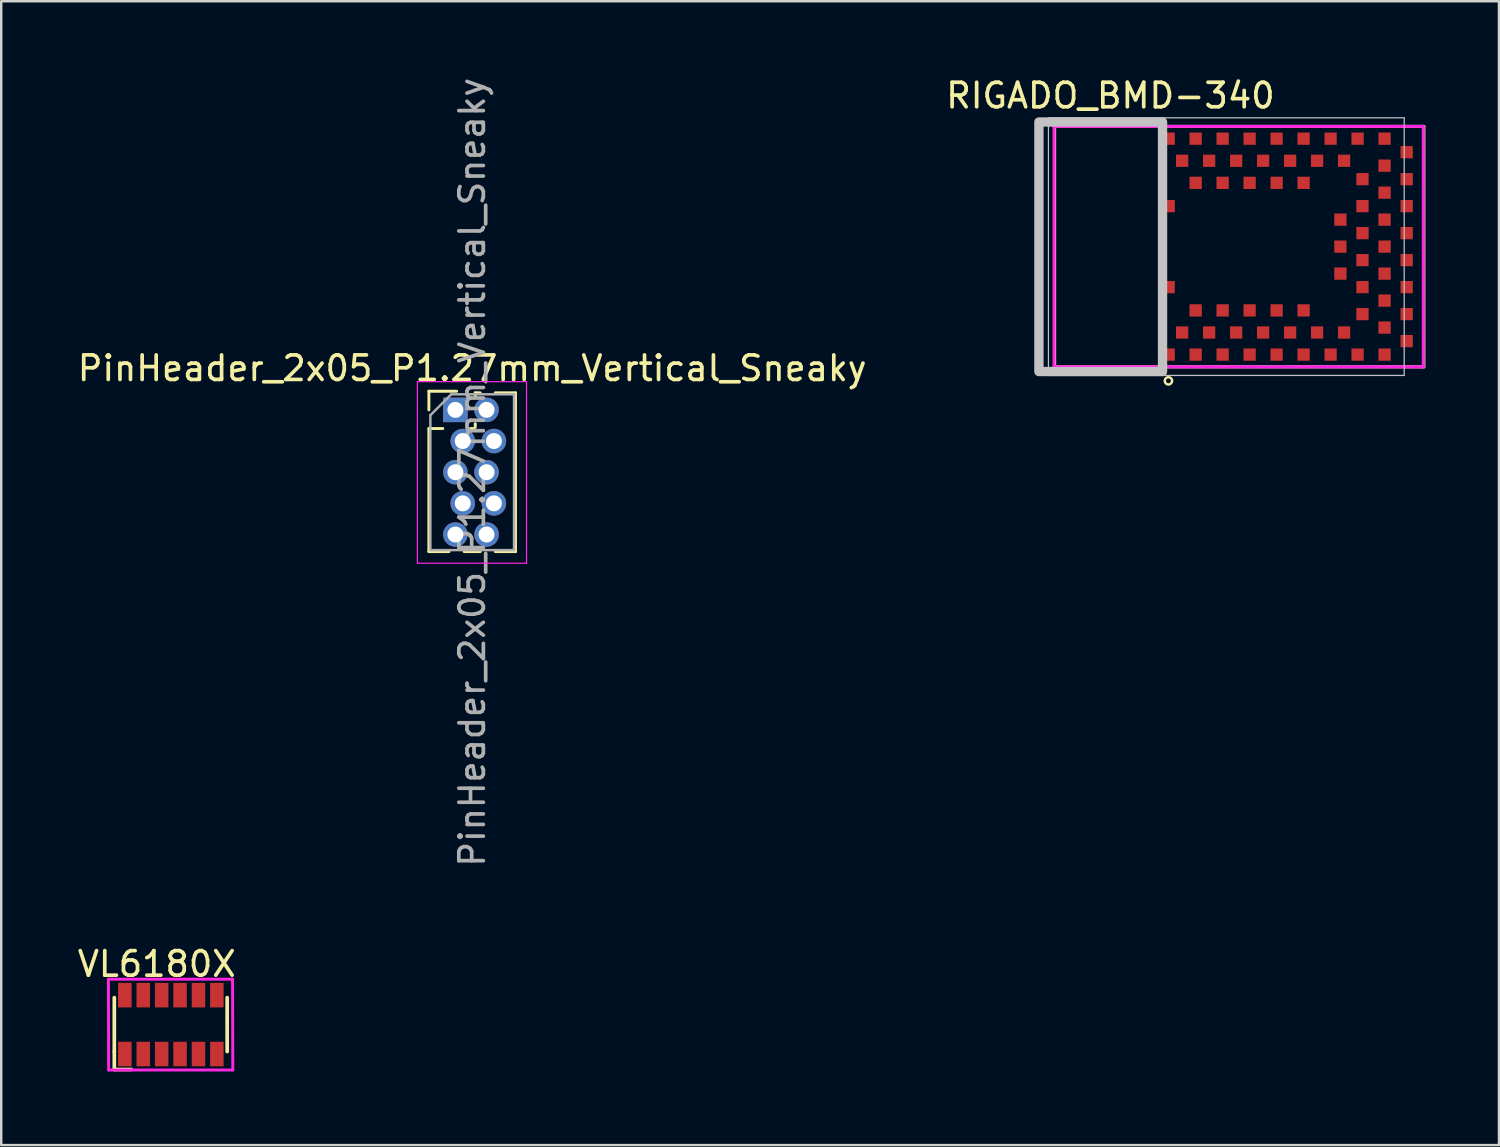
<source format=kicad_pcb>
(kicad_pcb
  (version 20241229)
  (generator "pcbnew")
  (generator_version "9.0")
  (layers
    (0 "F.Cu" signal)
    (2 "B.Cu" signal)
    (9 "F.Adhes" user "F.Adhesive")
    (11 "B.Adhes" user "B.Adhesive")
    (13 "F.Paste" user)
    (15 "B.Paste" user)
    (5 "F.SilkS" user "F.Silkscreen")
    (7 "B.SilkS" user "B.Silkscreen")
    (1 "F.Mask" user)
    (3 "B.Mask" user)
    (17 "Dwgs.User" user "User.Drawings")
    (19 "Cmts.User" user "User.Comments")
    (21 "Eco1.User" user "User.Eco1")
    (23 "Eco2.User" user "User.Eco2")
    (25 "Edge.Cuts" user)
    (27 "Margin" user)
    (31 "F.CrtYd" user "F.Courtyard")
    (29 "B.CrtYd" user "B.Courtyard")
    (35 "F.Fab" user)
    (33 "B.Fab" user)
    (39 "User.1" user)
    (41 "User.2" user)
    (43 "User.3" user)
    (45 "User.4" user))
  (footprint "PinHeader_2x05_P1.27mm_Vertical_Sneaky"
    (layer "F.Cu")
    (at 15.561 13.656)
    (property "Reference" "PinHeader_2x05_P1.27mm_Vertical_Sneaky" (at 0.635 -1.695 0) (layer "F.SilkS") (effects (font (size 1 1) (thickness 0.15))))
    (attr through_hole)
    (fp_line (start -1.13 -0.76) (end 0 -0.76) (stroke (width 0.12) (type solid)) (layer "F.SilkS"))
    (fp_line (start -1.13 0) (end -1.13 -0.76) (stroke (width 0.12) (type solid)) (layer "F.SilkS"))
    (fp_line (start -1.13 0.76) (end -1.13 5.775) (stroke (width 0.12) (type solid)) (layer "F.SilkS"))
    (fp_line (start -1.13 0.76) (end -0.563 0.76) (stroke (width 0.12) (type solid)) (layer "F.SilkS"))
    (fp_line (start -1.13 5.775) (end -0.308 5.775) (stroke (width 0.12) (type solid)) (layer "F.SilkS"))
    (fp_line (start 0.308 5.775) (end 0.962 5.775) (stroke (width 0.12) (type solid)) (layer "F.SilkS"))
    (fp_line (start 0.563 0.76) (end 0.707 0.76) (stroke (width 0.12) (type solid)) (layer "F.SilkS"))
    (fp_line (start 0.76 -0.695) (end 0.962 -0.695) (stroke (width 0.12) (type solid)) (layer "F.SilkS"))
    (fp_line (start 0.76 -0.563) (end 0.76 -0.695) (stroke (width 0.12) (type solid)) (layer "F.SilkS"))
    (fp_line (start 0.76 0.707) (end 0.76 0.563) (stroke (width 0.12) (type solid)) (layer "F.SilkS"))
    (fp_line (start 1.578 -0.695) (end 2.4 -0.695) (stroke (width 0.12) (type solid)) (layer "F.SilkS"))
    (fp_line (start 1.578 5.775) (end 2.4 5.775) (stroke (width 0.12) (type solid)) (layer "F.SilkS"))
    (fp_line (start 2.4 -0.695) (end 2.4 5.775) (stroke (width 0.12) (type solid)) (layer "F.SilkS"))
    (fp_line (start -1.6 -1.15) (end -1.6 6.25) (stroke (width 0.05) (type solid)) (layer "F.CrtYd"))
    (fp_line (start -1.6 6.25) (end 2.85 6.25) (stroke (width 0.05) (type solid)) (layer "F.CrtYd"))
    (fp_line (start 2.85 -1.15) (end -1.6 -1.15) (stroke (width 0.05) (type solid)) (layer "F.CrtYd"))
    (fp_line (start 2.85 6.25) (end 2.85 -1.15) (stroke (width 0.05) (type solid)) (layer "F.CrtYd"))
    (fp_line (start -1.07 0.217) (end -0.217 -0.635) (stroke (width 0.1) (type solid)) (layer "F.Fab"))
    (fp_line (start -1.07 5.715) (end -1.07 0.217) (stroke (width 0.1) (type solid)) (layer "F.Fab"))
    (fp_line (start -0.217 -0.635) (end 2.34 -0.635) (stroke (width 0.1) (type solid)) (layer "F.Fab"))
    (fp_line (start 2.34 -0.635) (end 2.34 5.715) (stroke (width 0.1) (type solid)) (layer "F.Fab"))
    (fp_line (start 2.34 5.715) (end -1.07 5.715) (stroke (width 0.1) (type solid)) (layer "F.Fab"))
    (fp_text user "${REFERENCE}" (at 0.635 2.54 90) (layer "F.Fab") (effects (font (size 1 1) (thickness 0.15))))
    (pad "1" thru_hole rect (at -0.05 0) (size 1 1) (drill 0.65) (layers "*.Cu" "*.Mask"))
    (pad "2" thru_hole oval (at 1.22 0) (size 1 1) (drill 0.65) (layers "*.Cu" "*.Mask"))
    (pad "3" thru_hole oval (at 0.25 1.27) (size 1 1) (drill 0.65) (layers "*.Cu" "*.Mask"))
    (pad "4" thru_hole oval (at 1.52 1.27) (size 1 1) (drill 0.65) (layers "*.Cu" "*.Mask"))
    (pad "5" thru_hole oval (at -0.05 2.54) (size 1 1) (drill 0.65) (layers "*.Cu" "*.Mask"))
    (pad "6" thru_hole oval (at 1.22 2.54) (size 1 1) (drill 0.65) (layers "*.Cu" "*.Mask"))
    (pad "7" thru_hole oval (at 0.25 3.81) (size 1 1) (drill 0.65) (layers "*.Cu" "*.Mask"))
    (pad "8" thru_hole oval (at 1.52 3.81) (size 1 1) (drill 0.65) (layers "*.Cu" "*.Mask"))
    (pad "9" thru_hole oval (at -0.05 5.08) (size 1 1) (drill 0.65) (layers "*.Cu" "*.Mask"))
    (pad "10" thru_hole oval (at 1.22 5.08) (size 1 1) (drill 0.65) (layers "*.Cu" "*.Mask")))
  (footprint "VL6180X"
    (layer "F.Cu")
    (at 3.909 38.711)
    (property "Reference" "VL6180X" (at -0.57 -2.47 0) (layer "F.SilkS") (effects (font (size 1 1) (thickness 0.15))))
    (attr through_hole)
    (fp_line (start -2.3 -1.1) (end -2.3 1.1) (stroke (width 0.15) (type solid)) (layer "F.SilkS"))
    (fp_line (start -2.3 1.1) (end -2.3 1.83) (stroke (width 0.15) (type solid)) (layer "F.SilkS"))
    (fp_line (start -2.3 1.83) (end -1.61 1.83) (stroke (width 0.15) (type solid)) (layer "F.SilkS"))
    (fp_line (start 2.3 -1.1) (end 2.3 1.1) (stroke (width 0.15) (type solid)) (layer "F.SilkS"))
    (fp_line (start -2.54 -1.85) (end 2.52 -1.85) (stroke (width 0.12) (type solid)) (layer "F.CrtYd"))
    (fp_line (start -2.53 1.85) (end -2.54 -1.85) (stroke (width 0.12) (type solid)) (layer "F.CrtYd"))
    (fp_line (start 2.52 -1.85) (end 2.53 1.85) (stroke (width 0.12) (type solid)) (layer "F.CrtYd"))
    (fp_line (start 2.53 1.85) (end -2.53 1.85) (stroke (width 0.12) (type solid)) (layer "F.CrtYd"))
    (pad "1" smd rect (at -1.87 1.2) (size 0.55 1) (layers "F.Cu" "F.Mask" "F.Paste"))
    (pad "2" smd rect (at -1.12 1.2) (size 0.55 1) (layers "F.Cu" "F.Mask" "F.Paste"))
    (pad "3" smd rect (at -0.37 1.2) (size 0.55 1) (layers "F.Cu" "F.Mask" "F.Paste"))
    (pad "4" smd rect (at 0.38 1.2) (size 0.55 1) (layers "F.Cu" "F.Mask" "F.Paste"))
    (pad "5" smd rect (at 1.13 1.2) (size 0.55 1) (layers "F.Cu" "F.Mask" "F.Paste"))
    (pad "6" smd rect (at 1.88 1.2) (size 0.55 1) (layers "F.Cu" "F.Mask" "F.Paste"))
    (pad "7" smd rect (at 1.88 -1.2) (size 0.55 1) (layers "F.Cu" "F.Mask" "F.Paste"))
    (pad "8" smd rect (at 1.13 -1.2) (size 0.55 1) (layers "F.Cu" "F.Mask" "F.Paste"))
    (pad "9" smd rect (at 0.38 -1.2) (size 0.55 1) (layers "F.Cu" "F.Mask" "F.Paste"))
    (pad "10" smd rect (at -0.37 -1.2) (size 0.55 1) (layers "F.Cu" "F.Mask" "F.Paste"))
    (pad "11" smd rect (at -1.12 -1.2) (size 0.55 1) (layers "F.Cu" "F.Mask" "F.Paste"))
    (pad "12" smd rect (at -1.87 -1.2) (size 0.55 1) (layers "F.Cu" "F.Mask" "F.Paste")))
  (footprint "RIGADO_BMD-340"
    (layer "F.Cu")
    (at 46.933 7.002)
    (property "Reference" "RIGADO_BMD-340" (at -4.724 -6.154 0) (layer "F.SilkS") (effects (font (size 1 1) (thickness 0.15))))
    (attr smd)
    (fp_line (start -7 -4.9) (end -7 4.9) (stroke (width 0.127) (type solid)) (layer "F.SilkS"))
    (fp_line (start -7 4.9) (end 8.05 4.9) (stroke (width 0.127) (type solid)) (layer "F.SilkS"))
    (fp_line (start 8.05 -4.9) (end -7 -4.9) (stroke (width 0.127) (type solid)) (layer "F.SilkS"))
    (fp_line (start 8.05 4.9) (end 8.05 -4.9) (stroke (width 0.127) (type solid)) (layer "F.SilkS"))
    (fp_circle (center -2.36 5.47) (end -2.21 5.47) (stroke (width 0.1) (type solid)) (fill no) (layer "F.SilkS"))
    (fp_line (start -7.25 -5.25) (end -7.25 5.25) (stroke (width 0.05) (type solid)) (layer "Dwgs.User"))
    (fp_line (start -7.25 5.25) (end 7.25 5.25) (stroke (width 0.05) (type solid)) (layer "Dwgs.User"))
    (fp_line (start 7.25 -5.25) (end -7.25 -5.25) (stroke (width 0.05) (type solid)) (layer "Dwgs.User"))
    (fp_line (start 7.25 5.25) (end 7.25 -5.25) (stroke (width 0.05) (type solid)) (layer "Dwgs.User"))
    (fp_poly (pts (xy -7.638 -5.08) (xy -2.6 -5.08) (xy -2.6 5.092) (xy -7.638 5.092)) (stroke (width 0.381) (type solid)) (fill no) (layer "Dwgs.User"))
    (fp_line (start -7.02 -4.9) (end -7.02 4.9) (stroke (width 0.127) (type solid)) (layer "F.CrtYd"))
    (fp_line (start -7.02 4.9) (end 8.03 4.9) (stroke (width 0.127) (type solid)) (layer "F.CrtYd"))
    (fp_line (start 8.03 -4.9) (end -7.02 -4.9) (stroke (width 0.127) (type solid)) (layer "F.CrtYd"))
    (fp_line (start 8.03 4.9) (end 8.03 -4.9) (stroke (width 0.127) (type solid)) (layer "F.CrtYd"))
    (pad "1" smd rect (at -2.35 4.4) (size 0.5 0.5) (layers "F.Cu" "F.Mask" "F.Paste"))
    (pad "2" smd rect (at -1.8 3.5) (size 0.5 0.5) (layers "F.Cu" "F.Mask" "F.Paste"))
    (pad "3" smd rect (at -1.25 4.4) (size 0.5 0.5) (layers "F.Cu" "F.Mask" "F.Paste"))
    (pad "4" smd rect (at -0.7 3.5) (size 0.5 0.5) (layers "F.Cu" "F.Mask" "F.Paste"))
    (pad "5" smd rect (at -0.15 4.4) (size 0.5 0.5) (layers "F.Cu" "F.Mask" "F.Paste"))
    (pad "6" smd rect (at 0.4 3.5) (size 0.5 0.5) (layers "F.Cu" "F.Mask" "F.Paste"))
    (pad "7" smd rect (at 0.95 4.4) (size 0.5 0.5) (layers "F.Cu" "F.Mask" "F.Paste"))
    (pad "8" smd rect (at 1.5 3.5) (size 0.5 0.5) (layers "F.Cu" "F.Mask" "F.Paste"))
    (pad "9" smd rect (at 2.05 4.4) (size 0.5 0.5) (layers "F.Cu" "F.Mask" "F.Paste"))
    (pad "10" smd rect (at 2.6 3.5) (size 0.5 0.5) (layers "F.Cu" "F.Mask" "F.Paste"))
    (pad "11" smd rect (at 3.15 4.4) (size 0.5 0.5) (layers "F.Cu" "F.Mask" "F.Paste"))
    (pad "12" smd rect (at 3.7 3.5) (size 0.5 0.5) (layers "F.Cu" "F.Mask" "F.Paste"))
    (pad "13" smd rect (at 4.25 4.4) (size 0.5 0.5) (layers "F.Cu" "F.Mask" "F.Paste"))
    (pad "14" smd rect (at 4.8 3.5) (size 0.5 0.5) (layers "F.Cu" "F.Mask" "F.Paste"))
    (pad "15" smd rect (at 5.35 4.4) (size 0.5 0.5) (layers "F.Cu" "F.Mask" "F.Paste"))
    (pad "16" smd rect (at 6.45 4.4) (size 0.5 0.5) (layers "F.Cu" "F.Mask" "F.Paste"))
    (pad "17" smd rect (at 6.45 3.3) (size 0.5 0.5) (layers "F.Cu" "F.Mask" "F.Paste"))
    (pad "18" smd rect (at 5.55 2.75) (size 0.5 0.5) (layers "F.Cu" "F.Mask" "F.Paste"))
    (pad "19" smd rect (at 6.45 2.2) (size 0.5 0.5) (layers "F.Cu" "F.Mask" "F.Paste"))
    (pad "20" smd rect (at 5.55 1.65) (size 0.5 0.5) (layers "F.Cu" "F.Mask" "F.Paste"))
    (pad "21" smd rect (at 6.45 1.1) (size 0.5 0.5) (layers "F.Cu" "F.Mask" "F.Paste"))
    (pad "22" smd rect (at 5.55 0.55) (size 0.5 0.5) (layers "F.Cu" "F.Mask" "F.Paste"))
    (pad "23" smd rect (at 6.45 0) (size 0.5 0.5) (layers "F.Cu" "F.Mask" "F.Paste"))
    (pad "24" smd rect (at 5.55 -0.55) (size 0.5 0.5) (layers "F.Cu" "F.Mask" "F.Paste"))
    (pad "25" smd rect (at 6.45 -1.1) (size 0.5 0.5) (layers "F.Cu" "F.Mask" "F.Paste"))
    (pad "26" smd rect (at 5.55 -1.65) (size 0.5 0.5) (layers "F.Cu" "F.Mask" "F.Paste"))
    (pad "27" smd rect (at 6.45 -2.2) (size 0.5 0.5) (layers "F.Cu" "F.Mask" "F.Paste"))
    (pad "28" smd rect (at 5.55 -2.75) (size 0.5 0.5) (layers "F.Cu" "F.Mask" "F.Paste"))
    (pad "29" smd rect (at 6.45 -3.3) (size 0.5 0.5) (layers "F.Cu" "F.Mask" "F.Paste"))
    (pad "30" smd rect (at 6.45 -4.4) (size 0.5 0.5) (layers "F.Cu" "F.Mask" "F.Paste"))
    (pad "31" smd rect (at 5.35 -4.4) (size 0.5 0.5) (layers "F.Cu" "F.Mask" "F.Paste"))
    (pad "32" smd rect (at 4.8 -3.5) (size 0.5 0.5) (layers "F.Cu" "F.Mask" "F.Paste"))
    (pad "33" smd rect (at 4.25 -4.4) (size 0.5 0.5) (layers "F.Cu" "F.Mask" "F.Paste"))
    (pad "34" smd rect (at 3.7 -3.5) (size 0.5 0.5) (layers "F.Cu" "F.Mask" "F.Paste"))
    (pad "35" smd rect (at 3.15 -4.4) (size 0.5 0.5) (layers "F.Cu" "F.Mask" "F.Paste"))
    (pad "36" smd rect (at 2.6 -3.5) (size 0.5 0.5) (layers "F.Cu" "F.Mask" "F.Paste"))
    (pad "37" smd rect (at 2.05 -4.4) (size 0.5 0.5) (layers "F.Cu" "F.Mask" "F.Paste"))
    (pad "38" smd rect (at 1.5 -3.5) (size 0.5 0.5) (layers "F.Cu" "F.Mask" "F.Paste"))
    (pad "39" smd rect (at 0.95 -4.4) (size 0.5 0.5) (layers "F.Cu" "F.Mask" "F.Paste"))
    (pad "40" smd rect (at 0.4 -3.5) (size 0.5 0.5) (layers "F.Cu" "F.Mask" "F.Paste"))
    (pad "41" smd rect (at -0.15 -4.4) (size 0.5 0.5) (layers "F.Cu" "F.Mask" "F.Paste"))
    (pad "42" smd rect (at -0.7 -3.5) (size 0.5 0.5) (layers "F.Cu" "F.Mask" "F.Paste"))
    (pad "43" smd rect (at -1.25 -4.4) (size 0.5 0.5) (layers "F.Cu" "F.Mask" "F.Paste"))
    (pad "44" smd rect (at -1.8 -3.5) (size 0.5 0.5) (layers "F.Cu" "F.Mask" "F.Paste"))
    (pad "45" smd rect (at -2.35 -4.4) (size 0.5 0.5) (layers "F.Cu" "F.Mask" "F.Paste"))
    (pad "46" smd rect (at -2.35 -1.65) (size 0.5 0.5) (layers "F.Cu" "F.Mask" "F.Paste"))
    (pad "47" smd rect (at -2.35 1.65) (size 0.5 0.5) (layers "F.Cu" "F.Mask" "F.Paste"))
    (pad "48" smd rect (at -1.25 2.6) (size 0.5 0.5) (layers "F.Cu" "F.Mask" "F.Paste"))
    (pad "49" smd rect (at -0.15 2.6) (size 0.5 0.5) (layers "F.Cu" "F.Mask" "F.Paste"))
    (pad "50" smd rect (at 0.95 2.6) (size 0.5 0.5) (layers "F.Cu" "F.Mask" "F.Paste"))
    (pad "51" smd rect (at 2.05 2.6) (size 0.5 0.5) (layers "F.Cu" "F.Mask" "F.Paste"))
    (pad "52" smd rect (at 3.15 2.6) (size 0.5 0.5) (layers "F.Cu" "F.Mask" "F.Paste"))
    (pad "53" smd rect (at 4.65 1.1) (size 0.5 0.5) (layers "F.Cu" "F.Mask" "F.Paste"))
    (pad "54" smd rect (at 4.65 0) (size 0.5 0.5) (layers "F.Cu" "F.Mask" "F.Paste"))
    (pad "55" smd rect (at 4.65 -1.1) (size 0.5 0.5) (layers "F.Cu" "F.Mask" "F.Paste"))
    (pad "56" smd rect (at 3.15 -2.6) (size 0.5 0.5) (layers "F.Cu" "F.Mask" "F.Paste"))
    (pad "57" smd rect (at 2.05 -2.6) (size 0.5 0.5) (layers "F.Cu" "F.Mask" "F.Paste"))
    (pad "58" smd rect (at 0.95 -2.6) (size 0.5 0.5) (layers "F.Cu" "F.Mask" "F.Paste"))
    (pad "59" smd rect (at -0.15 -2.6) (size 0.5 0.5) (layers "F.Cu" "F.Mask" "F.Paste"))
    (pad "60" smd rect (at -1.25 -2.6) (size 0.5 0.5) (layers "F.Cu" "F.Mask" "F.Paste"))
    (pad "61" smd rect (at 7.35 3.85) (size 0.5 0.5) (layers "F.Cu" "F.Mask" "F.Paste"))
    (pad "62" smd rect (at 7.35 2.75) (size 0.5 0.5) (layers "F.Cu" "F.Mask" "F.Paste"))
    (pad "63" smd rect (at 7.35 1.65) (size 0.5 0.5) (layers "F.Cu" "F.Mask" "F.Paste"))
    (pad "64" smd rect (at 7.35 0.55) (size 0.5 0.5) (layers "F.Cu" "F.Mask" "F.Paste"))
    (pad "65" smd rect (at 7.35 -0.55) (size 0.5 0.5) (layers "F.Cu" "F.Mask" "F.Paste"))
    (pad "66" smd rect (at 7.35 -1.65) (size 0.5 0.5) (layers "F.Cu" "F.Mask" "F.Paste"))
    (pad "67" smd rect (at 7.35 -2.75) (size 0.5 0.5) (layers "F.Cu" "F.Mask" "F.Paste"))
    (pad "68" smd rect (at 7.35 -3.85) (size 0.5 0.5) (layers "F.Cu" "F.Mask" "F.Paste")))
  (gr_rect
    (start -3 -3)
    (end 58.046 43.621)
    (stroke (width 0.1) (type default))
    (fill no)
    (layer "Edge.Cuts")))
</source>
